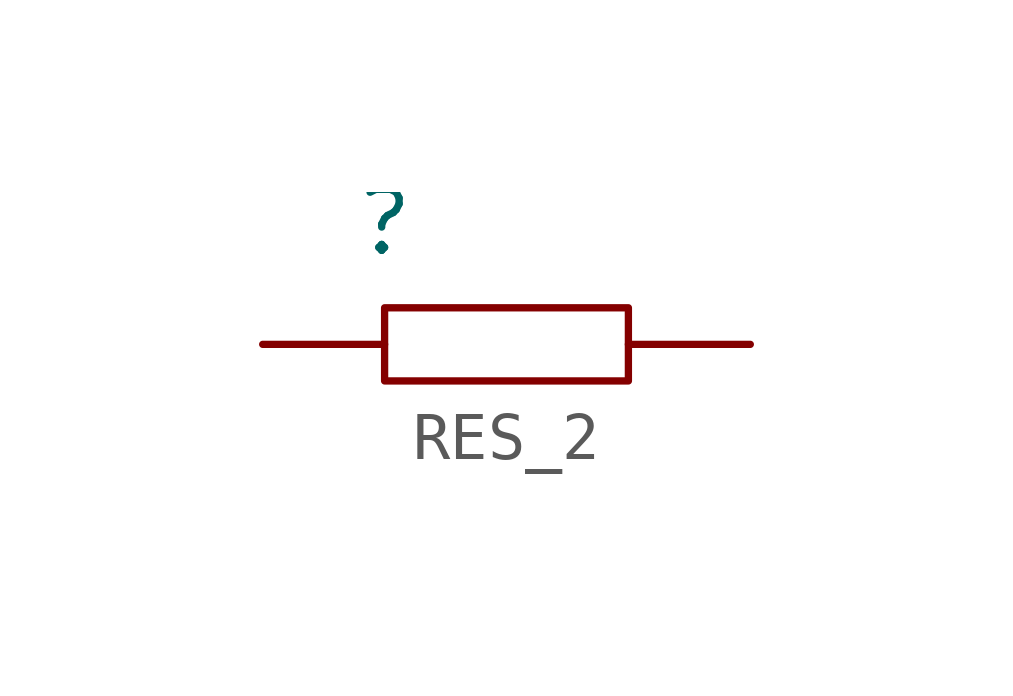
<source format=kicad_sym>
(kicad_symbol_lib
  (version 20241209)
  (generator "kicad_symbol_editor")
  (generator_version "9.0")
  (symbol "RES_2"
    (pin_numbers
      (hide yes))
    (pin_names
      (hide yes))
    (property "Reference" ""
      (at 0 0 0)
      (effects (font (size 1.27 1.27))))
    (symbol "RES_2_1_0"
      (rectangle (start 0 -1.778) (end 5.08 -3.302) (stroke (width 0) (type default)) (fill (type none)))
      (pin passive line (at -2.54 -2.54 0) (length 2.54) (name "1" (effects (font (size 1.27 1.27)))) (number "1" (effects (font (size 1.27 1.27)))))
      (pin passive line (at 7.62 -2.54 180) (length 2.54) (name "2" (effects (font (size 1.27 1.27)))) (number "2" (effects (font (size 1.27 1.27))))))))
</source>
